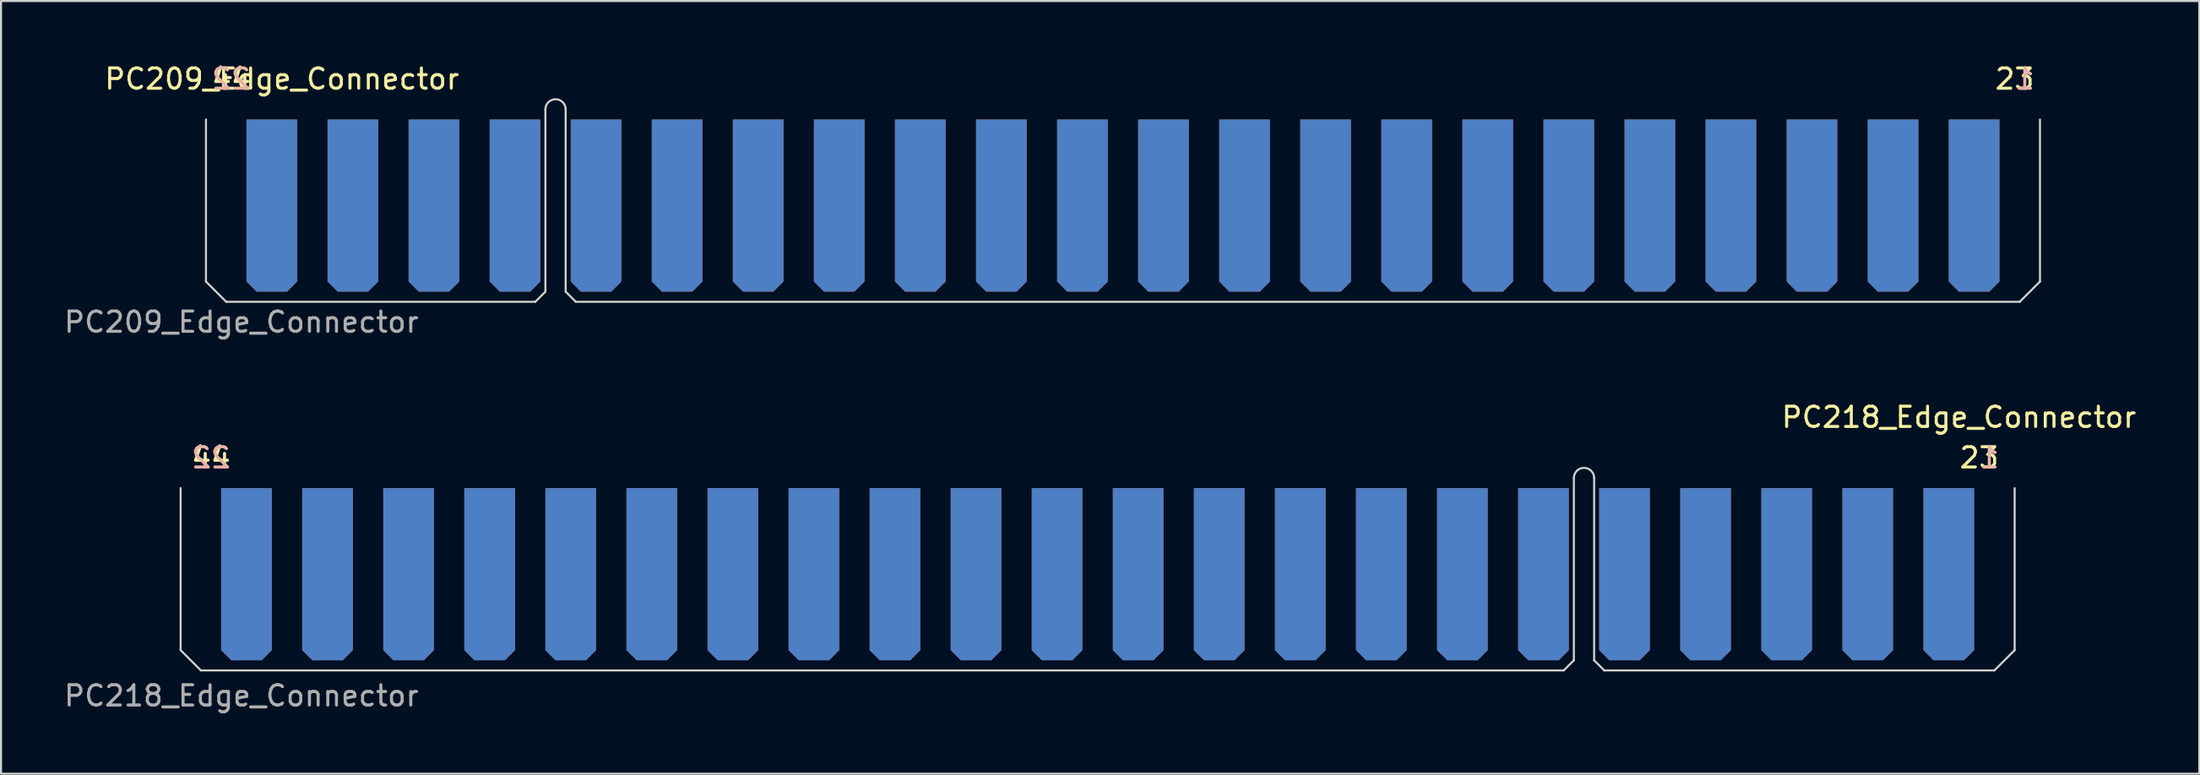
<source format=kicad_pcb>
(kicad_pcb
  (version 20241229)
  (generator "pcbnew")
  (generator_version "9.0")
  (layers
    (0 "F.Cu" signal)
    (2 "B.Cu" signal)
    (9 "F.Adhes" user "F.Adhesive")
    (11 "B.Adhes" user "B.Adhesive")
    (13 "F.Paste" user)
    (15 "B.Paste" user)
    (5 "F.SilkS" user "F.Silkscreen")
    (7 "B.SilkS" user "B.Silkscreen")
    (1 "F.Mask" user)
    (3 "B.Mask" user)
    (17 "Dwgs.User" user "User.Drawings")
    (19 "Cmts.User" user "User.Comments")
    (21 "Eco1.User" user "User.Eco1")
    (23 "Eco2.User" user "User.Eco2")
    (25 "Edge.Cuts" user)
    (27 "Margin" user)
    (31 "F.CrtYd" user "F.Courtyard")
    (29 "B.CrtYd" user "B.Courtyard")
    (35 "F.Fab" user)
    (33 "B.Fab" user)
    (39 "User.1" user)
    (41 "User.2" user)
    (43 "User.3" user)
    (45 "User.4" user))
  (footprint "PC218_Edge_Connector"
    (layer "F.Cu")
    (at 5.863 21.045)
    (property "Reference" "PC218_Edge_Connector" (at 87.75 -3.5 0) (unlocked yes) (layer "F.SilkS") (effects (font (size 1 1) (thickness 0.15))))
    (fp_rect (start 90.5 0) (end 0 9) (stroke (width 0.12) (type solid)) (fill yes) (layer "F.Mask"))
    (fp_rect (start 90.5 0) (end 0 9) (stroke (width 0.12) (type solid)) (fill yes) (layer "B.Mask"))
    (fp_line (start 0 8) (end 0 0) (stroke (width 0.1) (type solid)) (layer "Edge.Cuts"))
    (fp_line (start 1 9) (end 0 8) (stroke (width 0.1) (type solid)) (layer "Edge.Cuts"))
    (fp_line (start 68.25 9) (end 1 9) (stroke (width 0.1) (type solid)) (layer "Edge.Cuts"))
    (fp_line (start 68.75 -0.5) (end 68.75 8.5) (stroke (width 0.1) (type solid)) (layer "Edge.Cuts"))
    (fp_line (start 68.75 8.5) (end 68.25 9) (stroke (width 0.1) (type solid)) (layer "Edge.Cuts"))
    (fp_line (start 69.75 8.5) (end 69.75 -0.5) (stroke (width 0.1) (type solid)) (layer "Edge.Cuts"))
    (fp_line (start 70.25 9) (end 69.75 8.5) (stroke (width 0.1) (type solid)) (layer "Edge.Cuts"))
    (fp_line (start 89.5 9) (end 70.25 9) (stroke (width 0.1) (type solid)) (layer "Edge.Cuts"))
    (fp_line (start 90.5 0) (end 90.5 8) (stroke (width 0.1) (type solid)) (layer "Edge.Cuts"))
    (fp_line (start 90.5 8) (end 89.5 9) (stroke (width 0.1) (type solid)) (layer "Edge.Cuts"))
    (fp_arc (start 68.75 -0.5) (mid 69.25 -1) (end 69.75 -0.5) (stroke (width 0.1) (type solid)) (layer "Edge.Cuts"))
    (fp_text user "23" (at 88.75 -1.5 0) (unlocked yes) (layer "F.SilkS") (effects (font (size 1 1) (thickness 0.15))))
    (fp_text user "44" (at 1.5 -1.5 0) (unlocked yes) (layer "F.SilkS") (effects (font (size 1 1) (thickness 0.15))))
    (fp_text user "22" (at 1.5 -1.5 0) (unlocked yes) (layer "B.SilkS") (effects (font (size 1 1) (thickness 0.15)) (justify mirror)))
    (fp_text user "1" (at 89.25 -1.5 0) (unlocked yes) (layer "B.SilkS") (effects (font (size 1 1) (thickness 0.15)) (justify mirror)))
    (fp_text user "${REFERENCE}" (at 3 10.25 0) (unlocked yes) (layer "F.Fab") (effects (font (size 1 1) (thickness 0.15))))
    (pad "1" connect roundrect (at 87.25 4.25 180) (size 2.5 8.5) (layers "B.Cu" "B.Mask") (roundrect_rratio 0) (chamfer_ratio 0.2) (chamfer top_left top_right))
    (pad "2" connect roundrect (at 83.25 4.25 180) (size 2.5 8.5) (layers "B.Cu" "B.Mask") (roundrect_rratio 0) (chamfer_ratio 0.2) (chamfer top_left top_right))
    (pad "3" connect roundrect (at 79.25 4.25 180) (size 2.5 8.5) (layers "B.Cu" "B.Mask") (roundrect_rratio 0) (chamfer_ratio 0.2) (chamfer top_left top_right))
    (pad "4" connect roundrect (at 75.25 4.25 180) (size 2.5 8.5) (layers "B.Cu" "B.Mask") (roundrect_rratio 0) (chamfer_ratio 0.2) (chamfer top_left top_right))
    (pad "5" connect roundrect (at 71.25 4.25 180) (size 2.5 8.5) (layers "B.Cu" "B.Mask") (roundrect_rratio 0) (chamfer_ratio 0.2) (chamfer top_left top_right))
    (pad "6" connect roundrect (at 67.25 4.25 180) (size 2.5 8.5) (layers "B.Cu" "B.Mask") (roundrect_rratio 0) (chamfer_ratio 0.2) (chamfer top_left top_right))
    (pad "7" connect roundrect (at 63.25 4.25 180) (size 2.5 8.5) (layers "B.Cu" "B.Mask") (roundrect_rratio 0) (chamfer_ratio 0.2) (chamfer top_left top_right))
    (pad "8" connect roundrect (at 59.25 4.25 180) (size 2.5 8.5) (layers "B.Cu" "B.Mask") (roundrect_rratio 0) (chamfer_ratio 0.2) (chamfer top_left top_right))
    (pad "9" connect roundrect (at 55.25 4.25 180) (size 2.5 8.5) (layers "B.Cu" "B.Mask") (roundrect_rratio 0) (chamfer_ratio 0.2) (chamfer top_left top_right))
    (pad "10" connect roundrect (at 51.25 4.25 180) (size 2.5 8.5) (layers "B.Cu" "B.Mask") (roundrect_rratio 0) (chamfer_ratio 0.2) (chamfer top_left top_right))
    (pad "11" connect roundrect (at 47.25 4.25 180) (size 2.5 8.5) (layers "B.Cu" "B.Mask") (roundrect_rratio 0) (chamfer_ratio 0.2) (chamfer top_left top_right))
    (pad "12" connect roundrect (at 43.25 4.25 180) (size 2.5 8.5) (layers "B.Cu" "B.Mask") (roundrect_rratio 0) (chamfer_ratio 0.2) (chamfer top_left top_right))
    (pad "13" connect roundrect (at 39.25 4.25 180) (size 2.5 8.5) (layers "B.Cu" "B.Mask") (roundrect_rratio 0) (chamfer_ratio 0.2) (chamfer top_left top_right))
    (pad "14" connect roundrect (at 35.25 4.25 180) (size 2.5 8.5) (layers "B.Cu" "B.Mask") (roundrect_rratio 0) (chamfer_ratio 0.2) (chamfer top_left top_right))
    (pad "15" connect roundrect (at 31.25 4.25 180) (size 2.5 8.5) (layers "B.Cu" "B.Mask") (roundrect_rratio 0) (chamfer_ratio 0.2) (chamfer top_left top_right))
    (pad "16" connect roundrect (at 27.25 4.25 180) (size 2.5 8.5) (layers "B.Cu" "B.Mask") (roundrect_rratio 0) (chamfer_ratio 0.2) (chamfer top_left top_right))
    (pad "17" connect roundrect (at 23.25 4.25 180) (size 2.5 8.5) (layers "B.Cu" "B.Mask") (roundrect_rratio 0) (chamfer_ratio 0.2) (chamfer top_left top_right))
    (pad "18" connect roundrect (at 19.25 4.25 180) (size 2.5 8.5) (layers "B.Cu" "B.Mask") (roundrect_rratio 0) (chamfer_ratio 0.2) (chamfer top_left top_right))
    (pad "19" connect roundrect (at 15.25 4.25 180) (size 2.5 8.5) (layers "B.Cu" "B.Mask") (roundrect_rratio 0) (chamfer_ratio 0.2) (chamfer top_left top_right))
    (pad "20" connect roundrect (at 11.25 4.25 180) (size 2.5 8.5) (layers "B.Cu" "B.Mask") (roundrect_rratio 0) (chamfer_ratio 0.2) (chamfer top_left top_right))
    (pad "21" connect roundrect (at 7.25 4.25 180) (size 2.5 8.5) (layers "B.Cu" "B.Mask") (roundrect_rratio 0) (chamfer_ratio 0.2) (chamfer top_left top_right))
    (pad "22" connect roundrect (at 3.25 4.25 180) (size 2.5 8.5) (layers "B.Cu" "B.Mask") (roundrect_rratio 0) (chamfer_ratio 0.2) (chamfer top_left top_right))
    (pad "23" connect roundrect (at 87.25 4.25 180) (size 2.5 8.5) (layers "F.Cu" "F.Mask") (roundrect_rratio 0) (chamfer_ratio 0.2) (chamfer top_left top_right))
    (pad "24" connect roundrect (at 83.25 4.25 180) (size 2.5 8.5) (layers "F.Cu" "F.Mask") (roundrect_rratio 0) (chamfer_ratio 0.2) (chamfer top_left top_right))
    (pad "25" connect roundrect (at 79.25 4.25 180) (size 2.5 8.5) (layers "F.Cu" "F.Mask") (roundrect_rratio 0) (chamfer_ratio 0.2) (chamfer top_left top_right))
    (pad "26" connect roundrect (at 75.25 4.25 180) (size 2.5 8.5) (layers "F.Cu" "F.Mask") (roundrect_rratio 0) (chamfer_ratio 0.2) (chamfer top_left top_right))
    (pad "27" connect roundrect (at 71.25 4.25 180) (size 2.5 8.5) (layers "F.Cu" "F.Mask") (roundrect_rratio 0) (chamfer_ratio 0.2) (chamfer top_left top_right))
    (pad "28" connect roundrect (at 67.25 4.25 180) (size 2.5 8.5) (layers "F.Cu" "F.Mask") (roundrect_rratio 0) (chamfer_ratio 0.2) (chamfer top_left top_right))
    (pad "29" connect roundrect (at 63.25 4.25 180) (size 2.5 8.5) (layers "F.Cu" "F.Mask") (roundrect_rratio 0) (chamfer_ratio 0.2) (chamfer top_left top_right))
    (pad "30" connect roundrect (at 59.25 4.25 180) (size 2.5 8.5) (layers "F.Cu" "F.Mask") (roundrect_rratio 0) (chamfer_ratio 0.2) (chamfer top_left top_right))
    (pad "31" connect roundrect (at 55.25 4.25 180) (size 2.5 8.5) (layers "F.Cu" "F.Mask") (roundrect_rratio 0) (chamfer_ratio 0.2) (chamfer top_left top_right))
    (pad "32" connect roundrect (at 51.25 4.25 180) (size 2.5 8.5) (layers "F.Cu" "F.Mask") (roundrect_rratio 0) (chamfer_ratio 0.2) (chamfer top_left top_right))
    (pad "33" connect roundrect (at 47.25 4.25 180) (size 2.5 8.5) (layers "F.Cu" "F.Mask") (roundrect_rratio 0) (chamfer_ratio 0.2) (chamfer top_left top_right))
    (pad "34" connect roundrect (at 43.25 4.25 180) (size 2.5 8.5) (layers "F.Cu" "F.Mask") (roundrect_rratio 0) (chamfer_ratio 0.2) (chamfer top_left top_right))
    (pad "35" connect roundrect (at 39.25 4.25 180) (size 2.5 8.5) (layers "F.Cu" "F.Mask") (roundrect_rratio 0) (chamfer_ratio 0.2) (chamfer top_left top_right))
    (pad "36" connect roundrect (at 35.25 4.25 180) (size 2.5 8.5) (layers "F.Cu" "F.Mask") (roundrect_rratio 0) (chamfer_ratio 0.2) (chamfer top_left top_right))
    (pad "37" connect roundrect (at 31.25 4.25 180) (size 2.5 8.5) (layers "F.Cu" "F.Mask") (roundrect_rratio 0) (chamfer_ratio 0.2) (chamfer top_left top_right))
    (pad "38" connect roundrect (at 27.25 4.25 180) (size 2.5 8.5) (layers "F.Cu" "F.Mask") (roundrect_rratio 0) (chamfer_ratio 0.2) (chamfer top_left top_right))
    (pad "39" connect roundrect (at 23.25 4.25 180) (size 2.5 8.5) (layers "F.Cu" "F.Mask") (roundrect_rratio 0) (chamfer_ratio 0.2) (chamfer top_left top_right))
    (pad "40" connect roundrect (at 19.25 4.25 180) (size 2.5 8.5) (layers "F.Cu" "F.Mask") (roundrect_rratio 0) (chamfer_ratio 0.2) (chamfer top_left top_right))
    (pad "41" connect roundrect (at 15.25 4.25 180) (size 2.5 8.5) (layers "F.Cu" "F.Mask") (roundrect_rratio 0) (chamfer_ratio 0.2) (chamfer top_left top_right))
    (pad "42" connect roundrect (at 11.25 4.25 180) (size 2.5 8.5) (layers "F.Cu" "F.Mask") (roundrect_rratio 0) (chamfer_ratio 0.2) (chamfer top_left top_right))
    (pad "43" connect roundrect (at 7.25 4.25 180) (size 2.5 8.5) (layers "F.Cu" "F.Mask") (roundrect_rratio 0) (chamfer_ratio 0.2) (chamfer top_left top_right))
    (pad "44" connect roundrect (at 3.25 4.25 180) (size 2.5 8.5) (layers "F.Cu" "F.Mask") (roundrect_rratio 0) (chamfer_ratio 0.2) (chamfer top_left top_right)))
  (footprint "PC209_Edge_Connector"
    (layer "F.Cu")
    (at 7.113 2.848)
    (property "Reference" "PC209_Edge_Connector" (at 3.75 -2 0) (unlocked yes) (layer "F.SilkS") (effects (font (size 1 1) (thickness 0.15))))
    (attr exclude_from_bom)
    (fp_rect (start 90.5 0) (end 0 9) (stroke (width 0.12) (type solid)) (fill yes) (layer "F.Mask"))
    (fp_rect (start 90.5 0) (end 0 9) (stroke (width 0.12) (type solid)) (fill yes) (layer "B.Mask"))
    (fp_line (start 0 8) (end 0 0) (stroke (width 0.1) (type solid)) (layer "Edge.Cuts"))
    (fp_line (start 1 9) (end 0 8) (stroke (width 0.1) (type solid)) (layer "Edge.Cuts"))
    (fp_line (start 16.25 9) (end 1 9) (stroke (width 0.1) (type solid)) (layer "Edge.Cuts"))
    (fp_line (start 16.75 8.5) (end 16.25 9) (stroke (width 0.1) (type solid)) (layer "Edge.Cuts"))
    (fp_line (start 16.75 8.5) (end 16.75 -0.5) (stroke (width 0.1) (type solid)) (layer "Edge.Cuts"))
    (fp_line (start 17.75 -0.5) (end 17.75 8.5) (stroke (width 0.1) (type solid)) (layer "Edge.Cuts"))
    (fp_line (start 17.75 8.5) (end 18.25 9) (stroke (width 0.1) (type solid)) (layer "Edge.Cuts"))
    (fp_line (start 89.5 9) (end 18.25 9) (stroke (width 0.1) (type solid)) (layer "Edge.Cuts"))
    (fp_line (start 90.5 0) (end 90.5 8) (stroke (width 0.1) (type solid)) (layer "Edge.Cuts"))
    (fp_line (start 90.5 8) (end 89.5 9) (stroke (width 0.1) (type solid)) (layer "Edge.Cuts"))
    (fp_arc (start 16.75 -0.5) (mid 17.25 -1) (end 17.75 -0.5) (stroke (width 0.1) (type solid)) (layer "Edge.Cuts"))
    (fp_text user "44" (at 1.25 -2 0) (unlocked yes) (layer "F.SilkS") (effects (font (size 1 1) (thickness 0.15))))
    (fp_text user "23" (at 89.25 -2 0) (unlocked yes) (layer "F.SilkS") (effects (font (size 1 1) (thickness 0.15))))
    (fp_text user "1" (at 89.75 -2 0) (unlocked yes) (layer "B.SilkS") (effects (font (size 1 1) (thickness 0.15)) (justify mirror)))
    (fp_text user "22" (at 1.25 -2 0) (unlocked yes) (layer "B.SilkS") (effects (font (size 1 1) (thickness 0.15)) (justify mirror)))
    (fp_text user "${REFERENCE}" (at 1.75 10 0) (unlocked yes) (layer "F.Fab") (effects (font (size 1 1) (thickness 0.15))))
    (pad "1" connect roundrect (at 87.25 4.25 180) (size 2.5 8.5) (layers "B.Cu" "B.Mask") (roundrect_rratio 0) (chamfer_ratio 0.2) (chamfer top_left top_right))
    (pad "2" connect roundrect (at 83.25 4.25 180) (size 2.5 8.5) (layers "B.Cu" "B.Mask") (roundrect_rratio 0) (chamfer_ratio 0.2) (chamfer top_left top_right))
    (pad "3" connect roundrect (at 79.25 4.25 180) (size 2.5 8.5) (layers "B.Cu" "B.Mask") (roundrect_rratio 0) (chamfer_ratio 0.2) (chamfer top_left top_right))
    (pad "4" connect roundrect (at 75.25 4.25 180) (size 2.5 8.5) (layers "B.Cu" "B.Mask") (roundrect_rratio 0) (chamfer_ratio 0.2) (chamfer top_left top_right))
    (pad "5" connect roundrect (at 71.25 4.25 180) (size 2.5 8.5) (layers "B.Cu" "B.Mask") (roundrect_rratio 0) (chamfer_ratio 0.2) (chamfer top_left top_right))
    (pad "6" connect roundrect (at 67.25 4.25 180) (size 2.5 8.5) (layers "B.Cu" "B.Mask") (roundrect_rratio 0) (chamfer_ratio 0.2) (chamfer top_left top_right))
    (pad "7" connect roundrect (at 63.25 4.25 180) (size 2.5 8.5) (layers "B.Cu" "B.Mask") (roundrect_rratio 0) (chamfer_ratio 0.2) (chamfer top_left top_right))
    (pad "8" connect roundrect (at 59.25 4.25 180) (size 2.5 8.5) (layers "B.Cu" "B.Mask") (roundrect_rratio 0) (chamfer_ratio 0.2) (chamfer top_left top_right))
    (pad "9" connect roundrect (at 55.25 4.25 180) (size 2.5 8.5) (layers "B.Cu" "B.Mask") (roundrect_rratio 0) (chamfer_ratio 0.2) (chamfer top_left top_right))
    (pad "10" connect roundrect (at 51.25 4.25 180) (size 2.5 8.5) (layers "B.Cu" "B.Mask") (roundrect_rratio 0) (chamfer_ratio 0.2) (chamfer top_left top_right))
    (pad "11" connect roundrect (at 47.25 4.25 180) (size 2.5 8.5) (layers "B.Cu" "B.Mask") (roundrect_rratio 0) (chamfer_ratio 0.2) (chamfer top_left top_right))
    (pad "12" connect roundrect (at 43.25 4.25 180) (size 2.5 8.5) (layers "B.Cu" "B.Mask") (roundrect_rratio 0) (chamfer_ratio 0.2) (chamfer top_left top_right))
    (pad "13" connect roundrect (at 39.25 4.25 180) (size 2.5 8.5) (layers "B.Cu" "B.Mask") (roundrect_rratio 0) (chamfer_ratio 0.2) (chamfer top_left top_right))
    (pad "14" connect roundrect (at 35.25 4.25 180) (size 2.5 8.5) (layers "B.Cu" "B.Mask") (roundrect_rratio 0) (chamfer_ratio 0.2) (chamfer top_left top_right))
    (pad "15" connect roundrect (at 31.25 4.25 180) (size 2.5 8.5) (layers "B.Cu" "B.Mask") (roundrect_rratio 0) (chamfer_ratio 0.2) (chamfer top_left top_right))
    (pad "16" connect roundrect (at 27.25 4.25 180) (size 2.5 8.5) (layers "B.Cu" "B.Mask") (roundrect_rratio 0) (chamfer_ratio 0.2) (chamfer top_left top_right))
    (pad "17" connect roundrect (at 23.25 4.25 180) (size 2.5 8.5) (layers "B.Cu" "B.Mask") (roundrect_rratio 0) (chamfer_ratio 0.2) (chamfer top_left top_right))
    (pad "18" connect roundrect (at 19.25 4.25 180) (size 2.5 8.5) (layers "B.Cu" "B.Mask") (roundrect_rratio 0) (chamfer_ratio 0.2) (chamfer top_left top_right))
    (pad "19" connect roundrect (at 15.25 4.25 180) (size 2.5 8.5) (layers "B.Cu" "B.Mask") (roundrect_rratio 0) (chamfer_ratio 0.2) (chamfer top_left top_right))
    (pad "20" connect roundrect (at 11.25 4.25 180) (size 2.5 8.5) (layers "B.Cu" "B.Mask") (roundrect_rratio 0) (chamfer_ratio 0.2) (chamfer top_left top_right))
    (pad "21" connect roundrect (at 7.25 4.25 180) (size 2.5 8.5) (layers "B.Cu" "B.Mask") (roundrect_rratio 0) (chamfer_ratio 0.2) (chamfer top_left top_right))
    (pad "22" connect roundrect (at 3.25 4.25 180) (size 2.5 8.5) (layers "B.Cu" "B.Mask") (roundrect_rratio 0) (chamfer_ratio 0.2) (chamfer top_left top_right))
    (pad "23" connect roundrect (at 87.25 4.25 180) (size 2.5 8.5) (layers "F.Cu" "F.Mask") (roundrect_rratio 0) (chamfer_ratio 0.2) (chamfer top_left top_right))
    (pad "24" connect roundrect (at 83.25 4.25 180) (size 2.5 8.5) (layers "F.Cu" "F.Mask") (roundrect_rratio 0) (chamfer_ratio 0.2) (chamfer top_left top_right))
    (pad "25" connect roundrect (at 79.25 4.25 180) (size 2.5 8.5) (layers "F.Cu" "F.Mask") (roundrect_rratio 0) (chamfer_ratio 0.2) (chamfer top_left top_right))
    (pad "26" connect roundrect (at 75.25 4.25 180) (size 2.5 8.5) (layers "F.Cu" "F.Mask") (roundrect_rratio 0) (chamfer_ratio 0.2) (chamfer top_left top_right))
    (pad "27" connect roundrect (at 71.25 4.25 180) (size 2.5 8.5) (layers "F.Cu" "F.Mask") (roundrect_rratio 0) (chamfer_ratio 0.2) (chamfer top_left top_right))
    (pad "28" connect roundrect (at 67.25 4.25 180) (size 2.5 8.5) (layers "F.Cu" "F.Mask") (roundrect_rratio 0) (chamfer_ratio 0.2) (chamfer top_left top_right))
    (pad "29" connect roundrect (at 63.25 4.25 180) (size 2.5 8.5) (layers "F.Cu" "F.Mask") (roundrect_rratio 0) (chamfer_ratio 0.2) (chamfer top_left top_right))
    (pad "30" connect roundrect (at 59.25 4.25 180) (size 2.5 8.5) (layers "F.Cu" "F.Mask") (roundrect_rratio 0) (chamfer_ratio 0.2) (chamfer top_left top_right))
    (pad "31" connect roundrect (at 55.25 4.25 180) (size 2.5 8.5) (layers "F.Cu" "F.Mask") (roundrect_rratio 0) (chamfer_ratio 0.2) (chamfer top_left top_right))
    (pad "32" connect roundrect (at 51.25 4.25 180) (size 2.5 8.5) (layers "F.Cu" "F.Mask") (roundrect_rratio 0) (chamfer_ratio 0.2) (chamfer top_left top_right))
    (pad "33" connect roundrect (at 47.25 4.25 180) (size 2.5 8.5) (layers "F.Cu" "F.Mask") (roundrect_rratio 0) (chamfer_ratio 0.2) (chamfer top_left top_right))
    (pad "34" connect roundrect (at 43.25 4.25 180) (size 2.5 8.5) (layers "F.Cu" "F.Mask") (roundrect_rratio 0) (chamfer_ratio 0.2) (chamfer top_left top_right))
    (pad "35" connect roundrect (at 39.25 4.25 180) (size 2.5 8.5) (layers "F.Cu" "F.Mask") (roundrect_rratio 0) (chamfer_ratio 0.2) (chamfer top_left top_right))
    (pad "36" connect roundrect (at 35.25 4.25 180) (size 2.5 8.5) (layers "F.Cu" "F.Mask") (roundrect_rratio 0) (chamfer_ratio 0.2) (chamfer top_left top_right))
    (pad "37" connect roundrect (at 31.25 4.25 180) (size 2.5 8.5) (layers "F.Cu" "F.Mask") (roundrect_rratio 0) (chamfer_ratio 0.2) (chamfer top_left top_right))
    (pad "38" connect roundrect (at 27.25 4.25 180) (size 2.5 8.5) (layers "F.Cu" "F.Mask") (roundrect_rratio 0) (chamfer_ratio 0.2) (chamfer top_left top_right))
    (pad "39" connect roundrect (at 23.25 4.25 180) (size 2.5 8.5) (layers "F.Cu" "F.Mask") (roundrect_rratio 0) (chamfer_ratio 0.2) (chamfer top_left top_right))
    (pad "40" connect roundrect (at 19.25 4.25 180) (size 2.5 8.5) (layers "F.Cu" "F.Mask") (roundrect_rratio 0) (chamfer_ratio 0.2) (chamfer top_left top_right))
    (pad "41" connect roundrect (at 15.25 4.25 180) (size 2.5 8.5) (layers "F.Cu" "F.Mask") (roundrect_rratio 0) (chamfer_ratio 0.2) (chamfer top_left top_right))
    (pad "42" connect roundrect (at 11.25 4.25 180) (size 2.5 8.5) (layers "F.Cu" "F.Mask") (roundrect_rratio 0) (chamfer_ratio 0.2) (chamfer top_left top_right))
    (pad "43" connect roundrect (at 7.25 4.25 180) (size 2.5 8.5) (layers "F.Cu" "F.Mask") (roundrect_rratio 0) (chamfer_ratio 0.2) (chamfer top_left top_right))
    (pad "44" connect roundrect (at 3.25 4.25 180) (size 2.5 8.5) (layers "F.Cu" "F.Mask") (roundrect_rratio 0) (chamfer_ratio 0.2) (chamfer top_left top_right)))
  (gr_rect
    (start -3 -3)
    (end 105.476 35.143)
    (stroke (width 0.1) (type default))
    (fill no)
    (layer "Edge.Cuts")))
</source>
